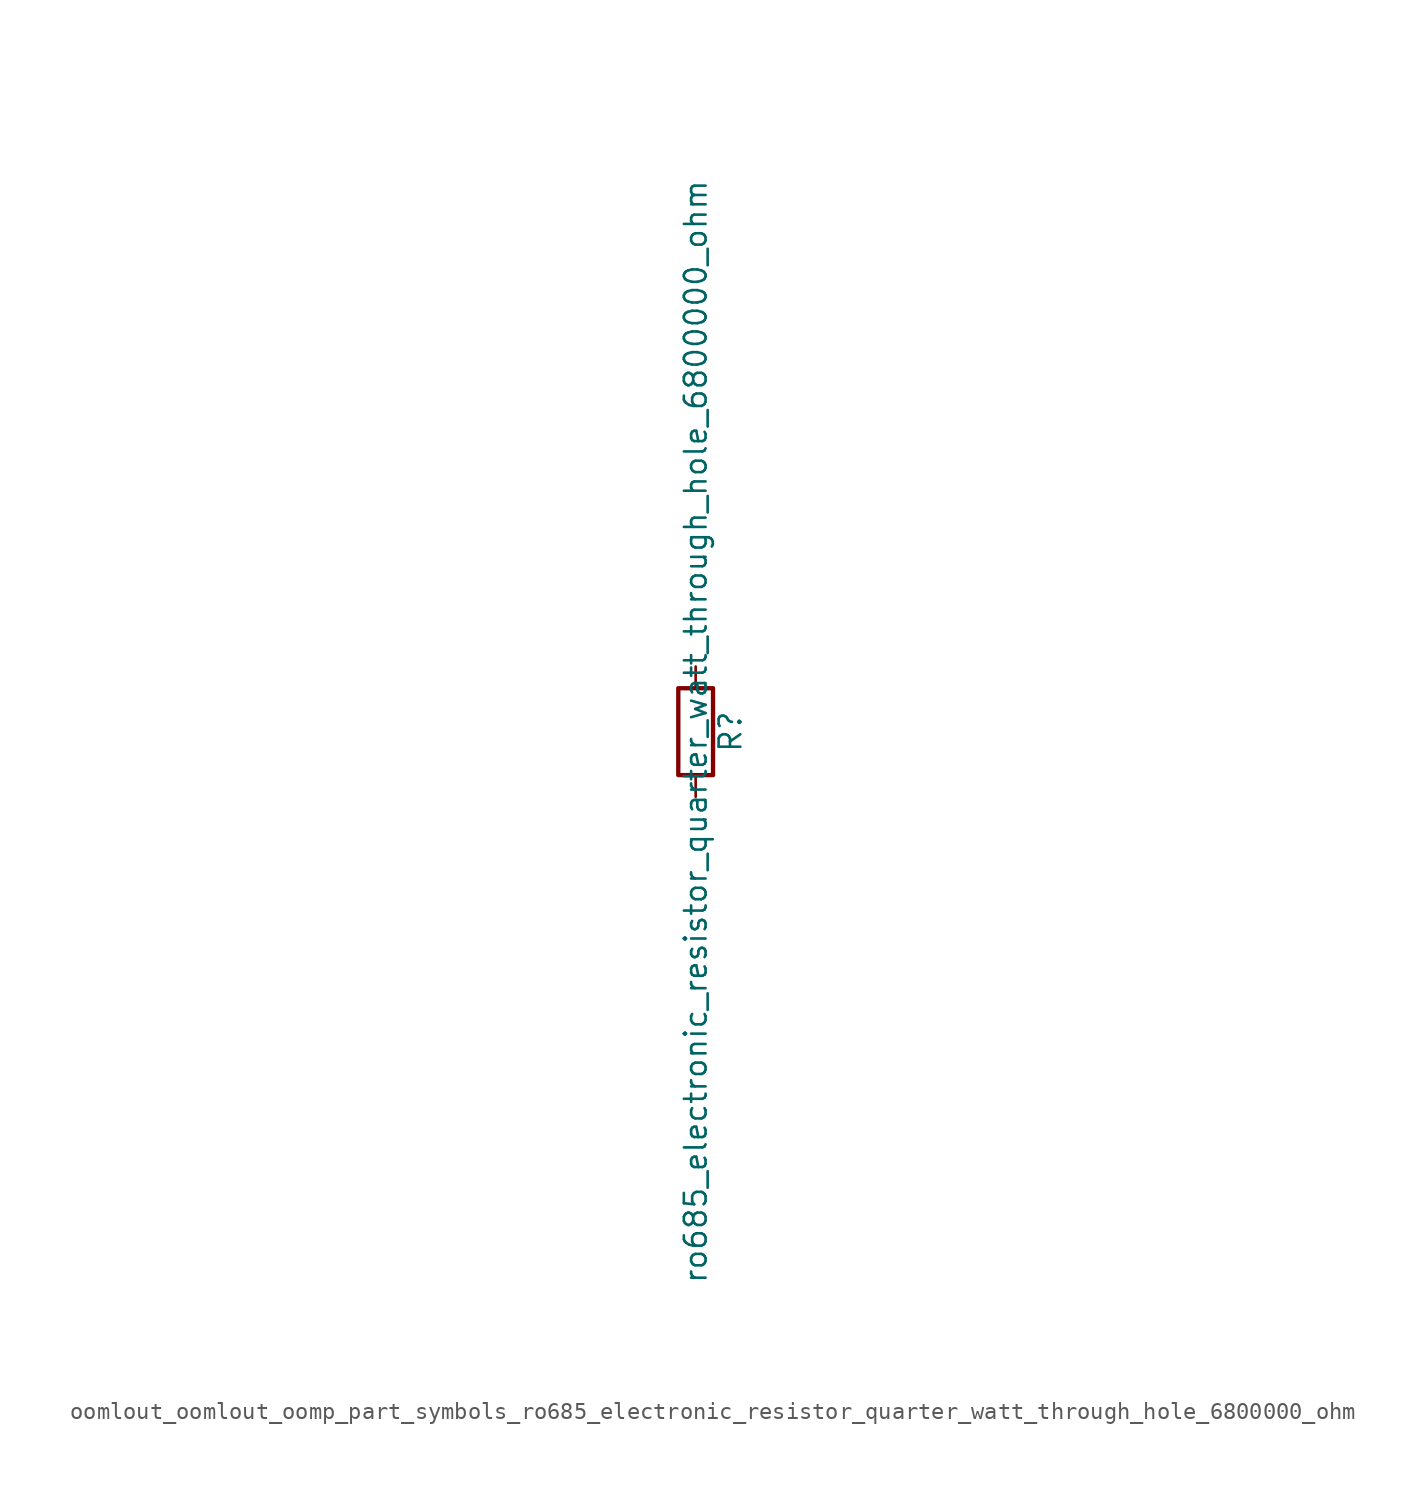
<source format=kicad_sym>
(kicad_symbol_lib
  (version 20220914)
  (generator kicad_symbol_editor)
  (symbol "oomlout_oomlout_oomp_part_symbols_ro685_electronic_resistor_quarter_watt_through_hole_6800000_ohm"
    (pin_numbers hide)
    (pin_names
      (offset 0))
    (property "Reference" "R"
      (at 2.032 0 90)
      (effects (font (size 1.27 1.27))))
    (property "Value" "ro685_electronic_resistor_quarter_watt_through_hole_6800000_ohm"
      (at 0 0 90)
      (effects (font (size 1.27 1.27))))
    (symbol "oomlout_oomlout_oomp_part_symbols_ro685_electronic_resistor_quarter_watt_through_hole_6800000_ohm_0_1"
      (rectangle (start -1.016 -2.54) (end 1.016 2.54) (stroke (width 0.254) (type default)) (fill (type none))))
    (symbol "oomlout_oomlout_oomp_part_symbols_ro685_electronic_resistor_quarter_watt_through_hole_6800000_ohm_1_1"
      (pin passive line (at 0 3.81 270) (length 1.27) (name "~" (effects (font (size 1.27 1.27)))) (number "1" (effects (font (size 1.27 1.27)))))
      (pin passive line (at 0 -3.81 90) (length 1.27) (name "~" (effects (font (size 1.27 1.27)))) (number "2" (effects (font (size 1.27 1.27))))))))
</source>
